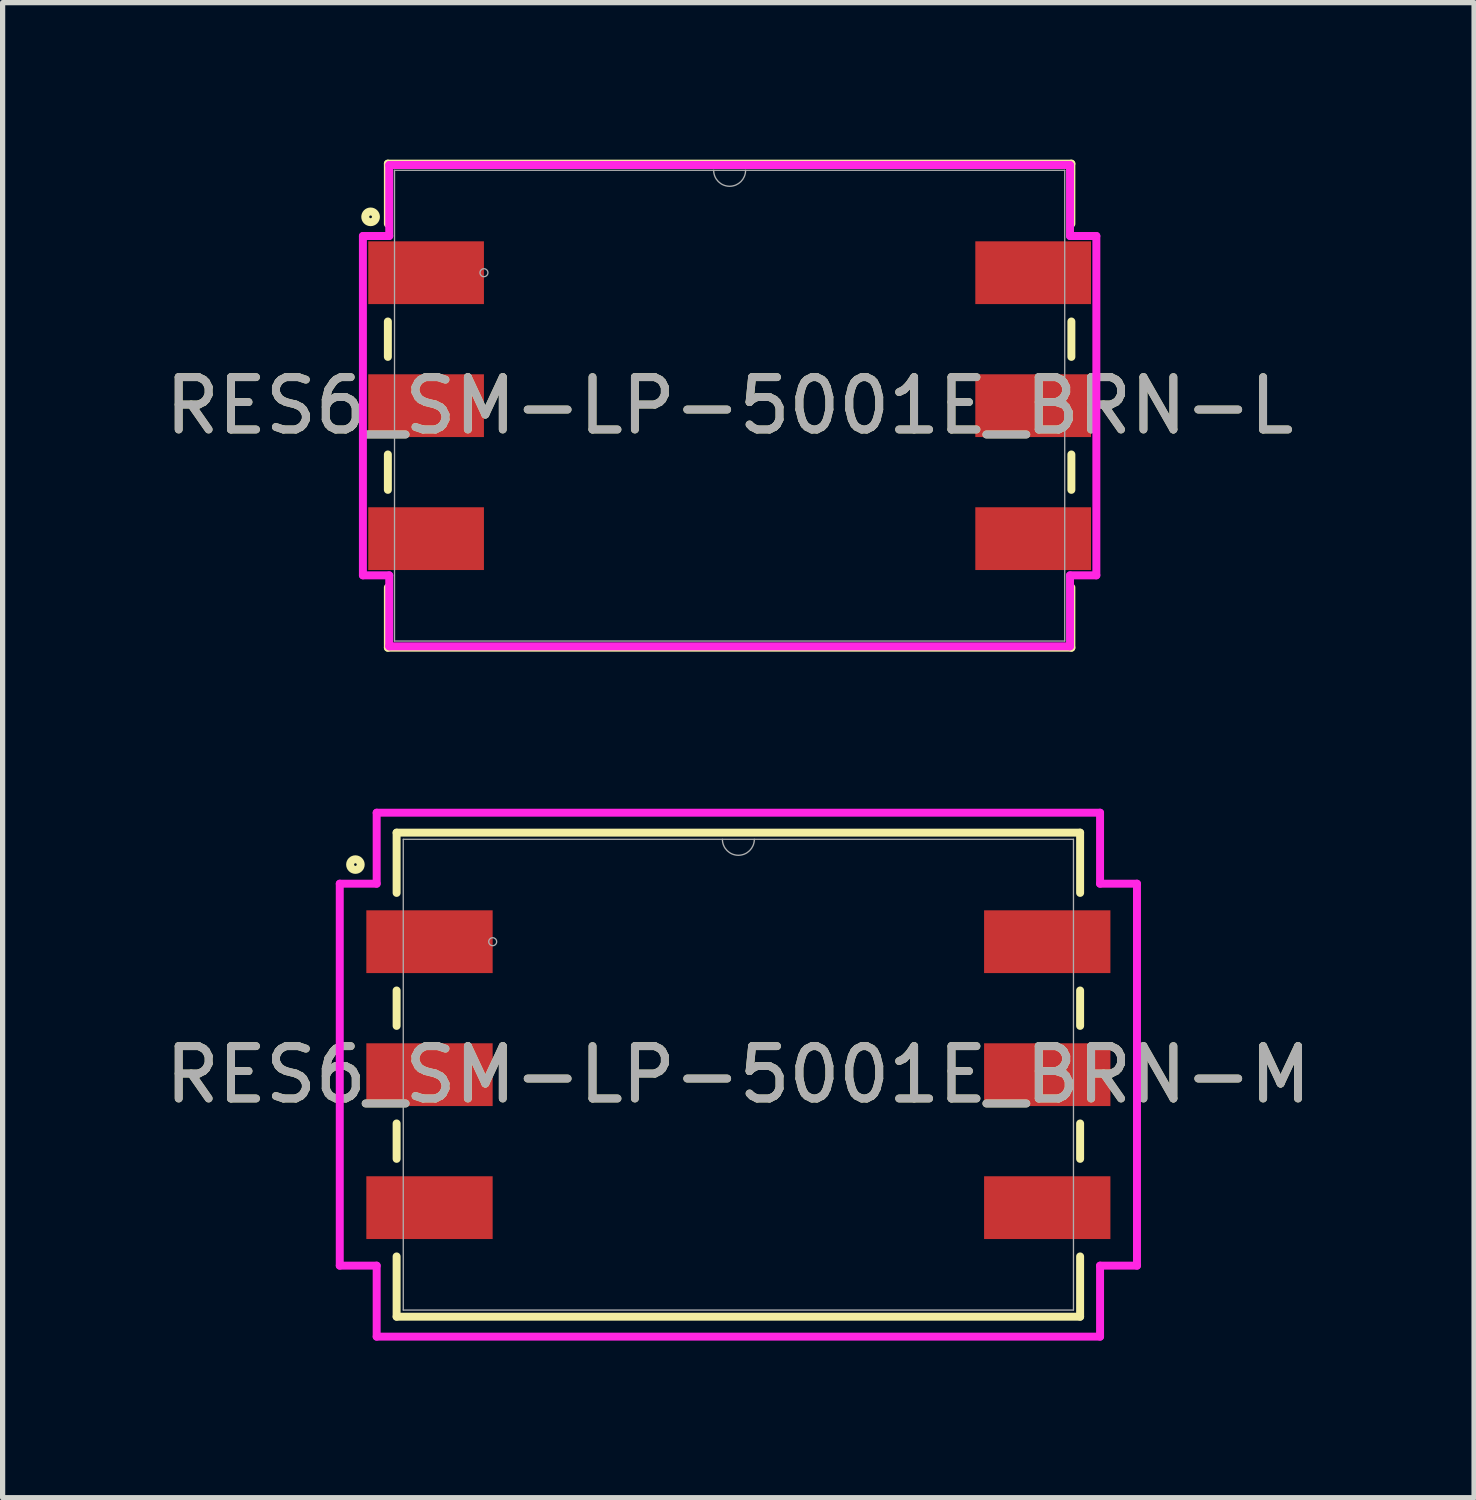
<source format=kicad_pcb>
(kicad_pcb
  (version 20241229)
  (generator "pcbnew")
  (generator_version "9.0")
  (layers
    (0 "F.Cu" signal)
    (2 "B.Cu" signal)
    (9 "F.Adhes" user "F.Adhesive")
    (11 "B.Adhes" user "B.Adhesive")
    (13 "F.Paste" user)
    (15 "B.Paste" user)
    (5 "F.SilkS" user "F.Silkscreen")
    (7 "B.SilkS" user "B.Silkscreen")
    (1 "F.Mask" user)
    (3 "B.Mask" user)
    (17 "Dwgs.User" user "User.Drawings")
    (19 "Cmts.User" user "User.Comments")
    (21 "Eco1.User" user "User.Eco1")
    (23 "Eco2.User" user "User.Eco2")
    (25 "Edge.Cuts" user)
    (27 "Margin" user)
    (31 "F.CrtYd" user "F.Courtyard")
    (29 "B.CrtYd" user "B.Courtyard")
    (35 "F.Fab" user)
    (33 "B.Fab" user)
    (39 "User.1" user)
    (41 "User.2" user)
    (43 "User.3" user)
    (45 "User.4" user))
  (footprint "RES6_SM-LP-5001E_BRN-L"
    (layer "F.Cu")
    (at 10.887 4.699)
    (property "Reference" "RES6_SM-LP-5001E_BRN-L" (at 0 0 0) (unlocked yes) (layer "F.SilkS") (effects (font (size 1 1) (thickness 0.15))))
    (attr smd)
    (fp_line (start -6.528 -4.623) (end -6.528 -3.472) (stroke (width 0.152) (type solid)) (layer "F.SilkS"))
    (fp_line (start -6.528 -1.608) (end -6.528 -0.932) (stroke (width 0.152) (type solid)) (layer "F.SilkS"))
    (fp_line (start -6.528 0.932) (end -6.528 1.608) (stroke (width 0.152) (type solid)) (layer "F.SilkS"))
    (fp_line (start -6.528 3.472) (end -6.528 4.623) (stroke (width 0.152) (type solid)) (layer "F.SilkS"))
    (fp_line (start -6.528 4.623) (end 6.528 4.623) (stroke (width 0.152) (type solid)) (layer "F.SilkS"))
    (fp_line (start 6.528 -4.623) (end -6.528 -4.623) (stroke (width 0.152) (type solid)) (layer "F.SilkS"))
    (fp_line (start 6.528 -3.472) (end 6.528 -4.623) (stroke (width 0.152) (type solid)) (layer "F.SilkS"))
    (fp_line (start 6.528 -0.932) (end 6.528 -1.608) (stroke (width 0.152) (type solid)) (layer "F.SilkS"))
    (fp_line (start 6.528 1.608) (end 6.528 0.932) (stroke (width 0.152) (type solid)) (layer "F.SilkS"))
    (fp_line (start 6.528 4.623) (end 6.528 3.472) (stroke (width 0.152) (type solid)) (layer "F.SilkS"))
    (fp_circle (center -6.858 -3.607) (end -6.756 -3.607) (stroke (width 0.152) (type solid)) (fill no) (layer "F.SilkS"))
    (fp_line (start -7.005 -3.241) (end -6.502 -3.241) (stroke (width 0.152) (type solid)) (layer "F.CrtYd"))
    (fp_line (start -7.005 3.241) (end -7.005 -3.241) (stroke (width 0.152) (type solid)) (layer "F.CrtYd"))
    (fp_line (start -7.005 3.241) (end -6.502 3.241) (stroke (width 0.152) (type solid)) (layer "F.CrtYd"))
    (fp_line (start -6.502 -4.597) (end 6.502 -4.597) (stroke (width 0.152) (type solid)) (layer "F.CrtYd"))
    (fp_line (start -6.502 -3.241) (end -6.502 -4.597) (stroke (width 0.152) (type solid)) (layer "F.CrtYd"))
    (fp_line (start -6.502 4.597) (end -6.502 3.241) (stroke (width 0.152) (type solid)) (layer "F.CrtYd"))
    (fp_line (start 6.502 -4.597) (end 6.502 -3.241) (stroke (width 0.152) (type solid)) (layer "F.CrtYd"))
    (fp_line (start 6.502 3.241) (end 6.502 4.597) (stroke (width 0.152) (type solid)) (layer "F.CrtYd"))
    (fp_line (start 6.502 4.597) (end -6.502 4.597) (stroke (width 0.152) (type solid)) (layer "F.CrtYd"))
    (fp_line (start 7.005 -3.241) (end 6.502 -3.241) (stroke (width 0.152) (type solid)) (layer "F.CrtYd"))
    (fp_line (start 7.005 -3.241) (end 7.005 3.241) (stroke (width 0.152) (type solid)) (layer "F.CrtYd"))
    (fp_line (start 7.005 3.241) (end 6.502 3.241) (stroke (width 0.152) (type solid)) (layer "F.CrtYd"))
    (fp_line (start -6.401 -4.496) (end -6.401 4.496) (stroke (width 0.025) (type solid)) (layer "F.Fab"))
    (fp_line (start -6.401 4.496) (end 6.401 4.496) (stroke (width 0.025) (type solid)) (layer "F.Fab"))
    (fp_line (start 6.401 -4.496) (end -6.401 -4.496) (stroke (width 0.025) (type solid)) (layer "F.Fab"))
    (fp_line (start 6.401 4.496) (end 6.401 -4.496) (stroke (width 0.025) (type solid)) (layer "F.Fab"))
    (fp_arc (start 0.3048 -4.4958) (mid 0 -4.191) (end -0.3048 -4.4958) (stroke (width 0.0254) (type solid)) (layer "F.Fab"))
    (fp_circle (center -4.693 -2.54) (end -4.617 -2.54) (stroke (width 0.025) (type solid)) (fill no) (layer "F.Fab"))
    (fp_text user "${REFERENCE}" (at 0 0 0) (unlocked yes) (layer "F.Fab") (effects (font (size 1 1) (thickness 0.15))))
    (pad "1" smd rect (at -5.798 -2.54) (size 2.21 1.199) (layers "F.Cu" "F.Mask" "F.Paste"))
    (pad "2" smd rect (at -5.798 0) (size 2.21 1.199) (layers "F.Cu" "F.Mask" "F.Paste"))
    (pad "3" smd rect (at -5.798 2.54) (size 2.21 1.199) (layers "F.Cu" "F.Mask" "F.Paste"))
    (pad "4" smd rect (at 5.798 2.54) (size 2.21 1.199) (layers "F.Cu" "F.Mask" "F.Paste"))
    (pad "5" smd rect (at 5.798 0) (size 2.21 1.199) (layers "F.Cu" "F.Mask" "F.Paste"))
    (pad "6" smd rect (at 5.798 -2.54) (size 2.21 1.199) (layers "F.Cu" "F.Mask" "F.Paste")))
  (footprint "RES6_SM-LP-5001E_BRN-M"
    (layer "F.Cu")
    (at 11.054 17.478)
    (property "Reference" "RES6_SM-LP-5001E_BRN-M" (at 0 0 0) (unlocked yes) (layer "F.SilkS") (effects (font (size 1 1) (thickness 0.15))))
    (attr smd)
    (fp_line (start -6.528 -4.623) (end -6.528 -3.472) (stroke (width 0.152) (type solid)) (layer "F.SilkS"))
    (fp_line (start -6.528 -1.608) (end -6.528 -0.932) (stroke (width 0.152) (type solid)) (layer "F.SilkS"))
    (fp_line (start -6.528 0.932) (end -6.528 1.608) (stroke (width 0.152) (type solid)) (layer "F.SilkS"))
    (fp_line (start -6.528 3.472) (end -6.528 4.623) (stroke (width 0.152) (type solid)) (layer "F.SilkS"))
    (fp_line (start -6.528 4.623) (end 6.528 4.623) (stroke (width 0.152) (type solid)) (layer "F.SilkS"))
    (fp_line (start 6.528 -4.623) (end -6.528 -4.623) (stroke (width 0.152) (type solid)) (layer "F.SilkS"))
    (fp_line (start 6.528 -3.472) (end 6.528 -4.623) (stroke (width 0.152) (type solid)) (layer "F.SilkS"))
    (fp_line (start 6.528 -0.932) (end 6.528 -1.608) (stroke (width 0.152) (type solid)) (layer "F.SilkS"))
    (fp_line (start 6.528 1.608) (end 6.528 0.932) (stroke (width 0.152) (type solid)) (layer "F.SilkS"))
    (fp_line (start 6.528 4.623) (end 6.528 3.472) (stroke (width 0.152) (type solid)) (layer "F.SilkS"))
    (fp_circle (center -7.315 -4.013) (end -7.214 -4.013) (stroke (width 0.152) (type solid)) (fill no) (layer "F.SilkS"))
    (fp_line (start -7.614 -3.648) (end -6.909 -3.648) (stroke (width 0.152) (type solid)) (layer "F.CrtYd"))
    (fp_line (start -7.614 3.648) (end -7.614 -3.648) (stroke (width 0.152) (type solid)) (layer "F.CrtYd"))
    (fp_line (start -7.614 3.648) (end -6.909 3.648) (stroke (width 0.152) (type solid)) (layer "F.CrtYd"))
    (fp_line (start -6.909 -5.004) (end 6.909 -5.004) (stroke (width 0.152) (type solid)) (layer "F.CrtYd"))
    (fp_line (start -6.909 -3.648) (end -6.909 -5.004) (stroke (width 0.152) (type solid)) (layer "F.CrtYd"))
    (fp_line (start -6.909 5.004) (end -6.909 3.648) (stroke (width 0.152) (type solid)) (layer "F.CrtYd"))
    (fp_line (start 6.909 -5.004) (end 6.909 -3.648) (stroke (width 0.152) (type solid)) (layer "F.CrtYd"))
    (fp_line (start 6.909 3.648) (end 6.909 5.004) (stroke (width 0.152) (type solid)) (layer "F.CrtYd"))
    (fp_line (start 6.909 5.004) (end -6.909 5.004) (stroke (width 0.152) (type solid)) (layer "F.CrtYd"))
    (fp_line (start 7.614 -3.648) (end 6.909 -3.648) (stroke (width 0.152) (type solid)) (layer "F.CrtYd"))
    (fp_line (start 7.614 -3.648) (end 7.614 3.648) (stroke (width 0.152) (type solid)) (layer "F.CrtYd"))
    (fp_line (start 7.614 3.648) (end 6.909 3.648) (stroke (width 0.152) (type solid)) (layer "F.CrtYd"))
    (fp_line (start -6.401 -4.496) (end -6.401 4.496) (stroke (width 0.025) (type solid)) (layer "F.Fab"))
    (fp_line (start -6.401 4.496) (end 6.401 4.496) (stroke (width 0.025) (type solid)) (layer "F.Fab"))
    (fp_line (start 6.401 -4.496) (end -6.401 -4.496) (stroke (width 0.025) (type solid)) (layer "F.Fab"))
    (fp_line (start 6.401 4.496) (end 6.401 -4.496) (stroke (width 0.025) (type solid)) (layer "F.Fab"))
    (fp_arc (start 0.3048 -4.4958) (mid 0 -4.191) (end -0.3048 -4.4958) (stroke (width 0.0254) (type solid)) (layer "F.Fab"))
    (fp_circle (center -4.693 -2.54) (end -4.617 -2.54) (stroke (width 0.025) (type solid)) (fill no) (layer "F.Fab"))
    (fp_text user "${REFERENCE}" (at 0 0 0) (unlocked yes) (layer "F.Fab") (effects (font (size 1 1) (thickness 0.15))))
    (pad "1" smd rect (at -5.9 -2.54) (size 2.413 1.199) (layers "F.Cu" "F.Mask" "F.Paste"))
    (pad "2" smd rect (at -5.9 0) (size 2.413 1.199) (layers "F.Cu" "F.Mask" "F.Paste"))
    (pad "3" smd rect (at -5.9 2.54) (size 2.413 1.199) (layers "F.Cu" "F.Mask" "F.Paste"))
    (pad "4" smd rect (at 5.9 2.54) (size 2.413 1.199) (layers "F.Cu" "F.Mask" "F.Paste"))
    (pad "5" smd rect (at 5.9 0) (size 2.413 1.199) (layers "F.Cu" "F.Mask" "F.Paste"))
    (pad "6" smd rect (at 5.9 -2.54) (size 2.413 1.199) (layers "F.Cu" "F.Mask" "F.Paste")))
  (gr_rect
    (start -3 -3)
    (end 25.107 25.558)
    (stroke (width 0.1) (type default))
    (fill no)
    (layer "Edge.Cuts")))
</source>
